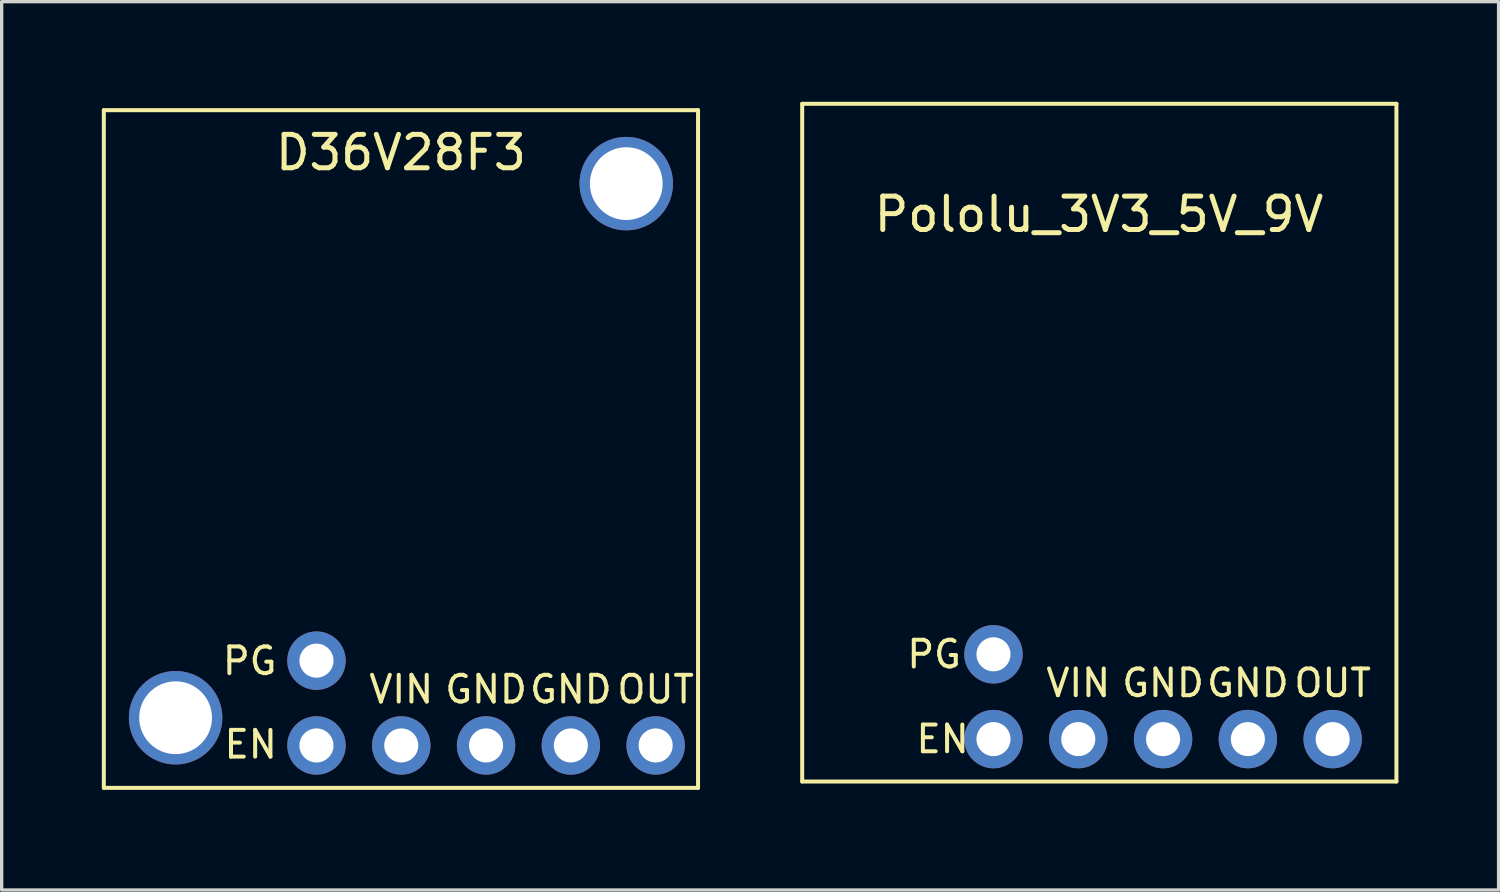
<source format=kicad_pcb>
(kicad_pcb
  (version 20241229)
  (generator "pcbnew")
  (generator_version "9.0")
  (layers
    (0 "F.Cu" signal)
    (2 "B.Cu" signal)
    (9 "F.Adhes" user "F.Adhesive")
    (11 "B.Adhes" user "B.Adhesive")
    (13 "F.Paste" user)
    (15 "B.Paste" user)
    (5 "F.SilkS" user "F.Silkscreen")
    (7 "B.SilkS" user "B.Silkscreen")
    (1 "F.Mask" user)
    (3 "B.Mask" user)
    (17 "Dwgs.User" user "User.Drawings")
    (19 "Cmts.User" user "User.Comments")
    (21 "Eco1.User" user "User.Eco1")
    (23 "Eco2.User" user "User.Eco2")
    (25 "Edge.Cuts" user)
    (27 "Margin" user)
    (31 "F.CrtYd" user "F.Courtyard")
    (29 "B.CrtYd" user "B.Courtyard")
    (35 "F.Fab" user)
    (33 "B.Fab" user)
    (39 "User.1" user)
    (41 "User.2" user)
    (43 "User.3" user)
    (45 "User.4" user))
  (footprint "Pololu_3V3_5V_9V"
    (layer "F.Cu")
    (at 26.71 19.09)
    (property "Reference" "Pololu_3V3_5V_9V" (at 3.16 -15.72 0) (unlocked yes) (layer "F.SilkS") (effects (font (size 1 1) (thickness 0.15))))
    (attr through_hole)
    (fp_line (start -5.73 -19.03) (end -5.73 1.27) (stroke (width 0.12) (type solid)) (layer "F.SilkS"))
    (fp_line (start -5.73 -19.03) (end 12.07 -19.03) (stroke (width 0.12) (type solid)) (layer "F.SilkS"))
    (fp_line (start -5.73 1.27) (end 12.07 1.27) (stroke (width 0.12) (type solid)) (layer "F.SilkS"))
    (fp_line (start 12.07 -19.03) (end 12.07 1.27) (stroke (width 0.12) (type solid)) (layer "F.SilkS"))
    (fp_text user "OUT" (at 10.16 -1.68 180) (layer "F.SilkS") (effects (font (size 0.8 0.8) (thickness 0.12))))
    (fp_text user "EN" (at -1.524 0 180) (layer "F.SilkS") (effects (font (size 0.8 0.8) (thickness 0.12))))
    (fp_text user "GND" (at 7.62 -1.68 180) (layer "F.SilkS") (effects (font (size 0.8 0.8) (thickness 0.12))))
    (fp_text user "GND" (at 5.08 -1.68 180) (layer "F.SilkS") (effects (font (size 0.8 0.8) (thickness 0.12))))
    (fp_text user "VIN" (at 2.54 -1.68 180) (layer "F.SilkS") (effects (font (size 0.8 0.8) (thickness 0.12))))
    (fp_text user "PG" (at -1.778 -2.54 180) (layer "F.SilkS") (effects (font (size 0.8 0.8) (thickness 0.12))))
    (pad "1" thru_hole circle (at 0 -2.54) (size 1.75 1.75) (drill 1.02) (layers "*.Cu" "*.Mask"))
    (pad "1" thru_hole circle (at 0 0) (size 1.75 1.75) (drill 1.02) (layers "*.Cu" "*.Mask"))
    (pad "2" thru_hole circle (at 2.54 0) (size 1.75 1.75) (drill 1.02) (layers "*.Cu" "*.Mask"))
    (pad "3" thru_hole circle (at 5.08 0) (size 1.75 1.75) (drill 1.02) (layers "*.Cu" "*.Mask"))
    (pad "4" thru_hole circle (at 7.62 0) (size 1.75 1.75) (drill 1.02) (layers "*.Cu" "*.Mask"))
    (pad "5" thru_hole circle (at 10.16 0) (size 1.75 1.75) (drill 1.02) (layers "*.Cu" "*.Mask")))
  (footprint "D36V28F3"
    (layer "F.Cu")
    (at 8.96 0.25)
    (property "Reference" "D36V28F3" (at 0 1.27 0) (layer "F.SilkS") (effects (font (size 1 1) (thickness 0.15))))
    (attr through_hole)
    (fp_line (start -8.9 0) (end -8.9 20.3) (stroke (width 0.12) (type solid)) (layer "F.SilkS"))
    (fp_line (start -8.9 0) (end 8.9 0) (stroke (width 0.12) (type solid)) (layer "F.SilkS"))
    (fp_line (start -8.9 20.3) (end 8.9 20.3) (stroke (width 0.12) (type solid)) (layer "F.SilkS"))
    (fp_line (start 8.9 0) (end 8.9 20.3) (stroke (width 0.12) (type solid)) (layer "F.SilkS"))
    (fp_text user "EN" (at -4.5 19 0) (layer "F.SilkS") (effects (font (size 0.8 0.8) (thickness 0.12))))
    (fp_text user "PG" (at -4.53 16.5 0) (layer "F.SilkS") (effects (font (size 0.8 0.8) (thickness 0.12))))
    (fp_text user "OUT" (at 7.63 17.35 0) (layer "F.SilkS") (effects (font (size 0.8 0.8) (thickness 0.12))))
    (fp_text user "VIN" (at 0.01 17.35 0) (layer "F.SilkS") (effects (font (size 0.8 0.8) (thickness 0.12))))
    (fp_text user "GND" (at 2.55 17.35 0) (layer "F.SilkS") (effects (font (size 0.8 0.8) (thickness 0.12))))
    (fp_text user "GND" (at 5.09 17.35 0) (layer "F.SilkS") (effects (font (size 0.8 0.8) (thickness 0.12))))
    (pad "" np_thru_hole circle (at -6.75 18.2) (size 2.8 2.8) (drill 2.18) (layers "*.Cu" "*.Mask"))
    (pad "" np_thru_hole circle (at 6.75 2.2) (size 2.8 2.8) (drill 2.18) (layers "*.Cu" "*.Mask"))
    (pad "1" thru_hole circle (at -2.53 19.03) (size 1.75 1.75) (drill 1.02) (layers "*.Cu" "*.Mask"))
    (pad "2" thru_hole circle (at 0.01 19.03) (size 1.75 1.75) (drill 1.02) (layers "*.Cu" "*.Mask"))
    (pad "3" thru_hole circle (at 2.55 19.03) (size 1.75 1.75) (drill 1.02) (layers "*.Cu" "*.Mask"))
    (pad "4" thru_hole circle (at 5.09 19.03) (size 1.75 1.75) (drill 1.02) (layers "*.Cu" "*.Mask"))
    (pad "5" thru_hole circle (at 7.63 19.03) (size 1.75 1.75) (drill 1.02) (layers "*.Cu" "*.Mask"))
    (pad "6" thru_hole circle (at -2.53 16.49) (size 1.75 1.75) (drill 1.02) (layers "*.Cu" "*.Mask")))
  (gr_rect
    (start -3 -3)
    (end 41.84 23.61)
    (stroke (width 0.1) (type default))
    (fill no)
    (layer "Edge.Cuts")))
</source>
